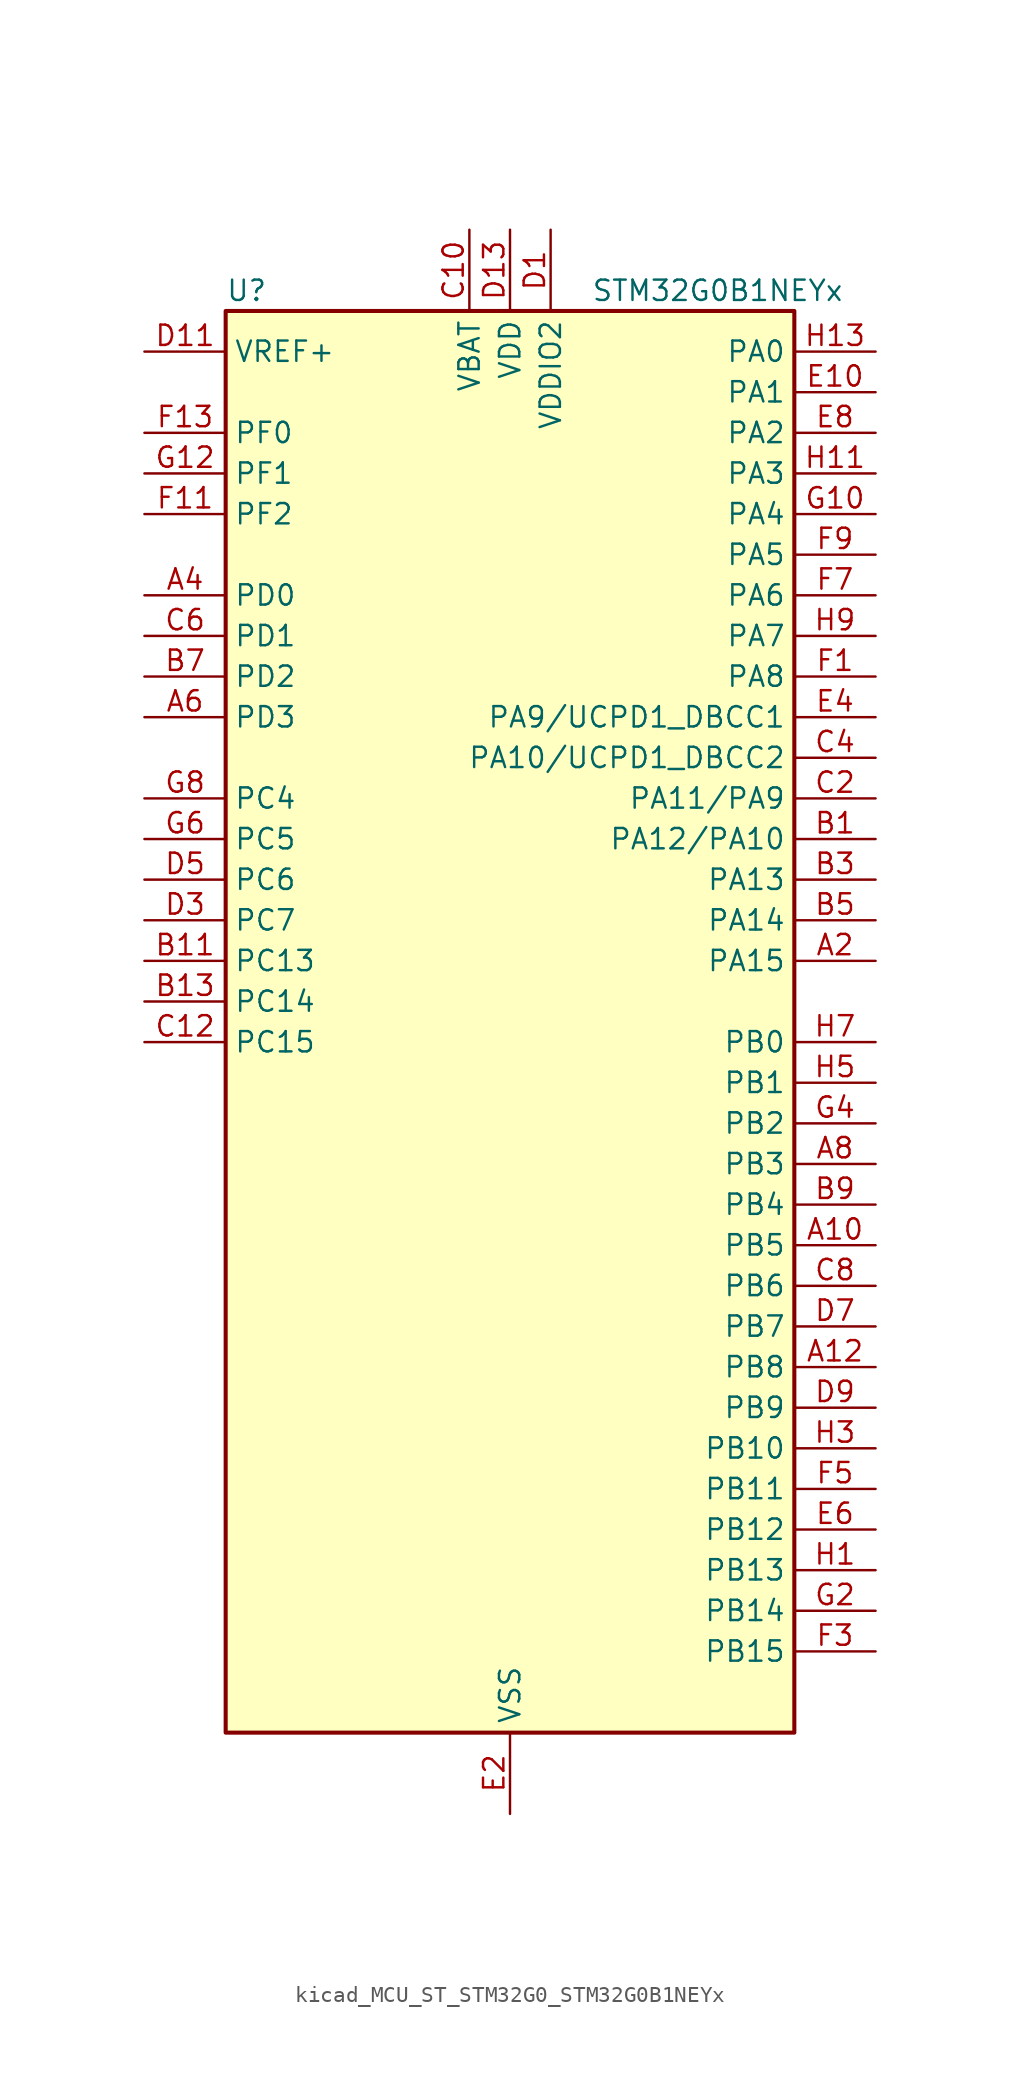
<source format=kicad_sym>
(kicad_symbol_lib
  (version 20220914)
  (generator kicad_symbol_editor)
  (symbol "kicad_MCU_ST_STM32G0_STM32G0B1NEYx"
    (property "Reference" "U"
      (at -17.78 46.99 0)
      (effects (font (size 1.27 1.27)) (justify left)))
    (property "Value" "STM32G0B1NEYx"
      (at 5.08 46.99 0)
      (effects (font (size 1.27 1.27)) (justify left)))
    (property "ki_locked" ""
      (at 0 0 0)
      (effects (font (size 1.27 1.27))))
    (symbol "kicad_MCU_ST_STM32G0_STM32G0B1NEYx_0_1"
      (rectangle (start -17.78 -43.18) (end 17.78 45.72) (stroke (width 0.254) (type default)) (fill (type background))))
    (symbol "kicad_MCU_ST_STM32G0_STM32G0B1NEYx_1_1"
      (pin bidirectional line (at 22.86 -12.7 180) (length 5.08) (name "PB5" (effects (font (size 1.27 1.27)))) (number "A10" (effects (font (size 1.27 1.27)))) (alternate "COMP2_OUT" bidirectional line) (alternate "FDCAN2_RX" bidirectional line) (alternate "I2C1_SMBA" bidirectional line) (alternate "I2S1_SD" bidirectional line) (alternate "LPTIM1_IN1" bidirectional line) (alternate "SPI1_MOSI" bidirectional line) (alternate "SPI3_MOSI" bidirectional line) (alternate "SYS_WKUP6" bidirectional line) (alternate "TIM16_BK" bidirectional line) (alternate "TIM3_CH2" bidirectional line) (alternate "USART5_CK" bidirectional line) (alternate "USART5_DE" bidirectional line) (alternate "USART5_RTS" bidirectional line))
      (pin bidirectional line (at 22.86 -20.32 180) (length 5.08) (name "PB8" (effects (font (size 1.27 1.27)))) (number "A12" (effects (font (size 1.27 1.27)))) (alternate "CEC" bidirectional line) (alternate "FDCAN1_RX" bidirectional line) (alternate "I2C1_SCL" bidirectional line) (alternate "I2S2_CK" bidirectional line) (alternate "SPI2_SCK" bidirectional line) (alternate "TIM15_BK" bidirectional line) (alternate "TIM16_CH1" bidirectional line) (alternate "TIM4_CH3" bidirectional line) (alternate "USART3_TX" bidirectional line) (alternate "USART6_TX" bidirectional line))
      (pin bidirectional line (at 22.86 5.08 180) (length 5.08) (name "PA15" (effects (font (size 1.27 1.27)))) (number "A2" (effects (font (size 1.27 1.27)))) (alternate "I2C2_SMBA" bidirectional line) (alternate "I2S1_WS" bidirectional line) (alternate "RCC_MCO_2" bidirectional line) (alternate "SPI1_NSS" bidirectional line) (alternate "SPI3_NSS" bidirectional line) (alternate "TIM2_CH1" bidirectional line) (alternate "TIM2_ETR" bidirectional line) (alternate "USART2_RX" bidirectional line) (alternate "USART3_CK" bidirectional line) (alternate "USART3_DE" bidirectional line) (alternate "USART3_RTS" bidirectional line) (alternate "USART4_CK" bidirectional line) (alternate "USART4_DE" bidirectional line) (alternate "USART4_RTS" bidirectional line) (alternate "USB_NOE" bidirectional line))
      (pin bidirectional line (at -22.86 27.94 0) (length 5.08) (name "PD0" (effects (font (size 1.27 1.27)))) (number "A4" (effects (font (size 1.27 1.27)))) (alternate "FDCAN1_RX" bidirectional line) (alternate "I2S2_WS" bidirectional line) (alternate "SPI2_NSS" bidirectional line) (alternate "TIM16_CH1" bidirectional line) (alternate "UCPD2_CC1" bidirectional line))
      (pin bidirectional line (at -22.86 20.32 0) (length 5.08) (name "PD3" (effects (font (size 1.27 1.27)))) (number "A6" (effects (font (size 1.27 1.27)))) (alternate "I2S2_MCK" bidirectional line) (alternate "SPI2_MISO" bidirectional line) (alternate "TIM1_CH2N" bidirectional line) (alternate "UCPD2_DBCC2" bidirectional line) (alternate "USART2_CTS" bidirectional line) (alternate "USART2_NSS" bidirectional line) (alternate "USART5_TX" bidirectional line))
      (pin bidirectional line (at 22.86 -7.62 180) (length 5.08) (name "PB3" (effects (font (size 1.27 1.27)))) (number "A8" (effects (font (size 1.27 1.27)))) (alternate "COMP2_INM" bidirectional line) (alternate "I2C2_SCL" bidirectional line) (alternate "I2C3_SCL" bidirectional line) (alternate "I2S1_CK" bidirectional line) (alternate "SPI1_SCK" bidirectional line) (alternate "SPI3_SCK" bidirectional line) (alternate "TIM1_CH2" bidirectional line) (alternate "TIM2_CH2" bidirectional line) (alternate "USART1_CK" bidirectional line) (alternate "USART1_DE" bidirectional line) (alternate "USART1_RTS" bidirectional line) (alternate "USART5_TX" bidirectional line))
      (pin bidirectional line (at 22.86 12.7 180) (length 5.08) (name "PA12/PA10" (effects (font (size 1.27 1.27)))) (number "B1" (effects (font (size 1.27 1.27)))) (alternate "COMP2_OUT" bidirectional line) (alternate "FDCAN1_TX" bidirectional line) (alternate "I2C2_SDA" bidirectional line) (alternate "I2S1_SD" bidirectional line) (alternate "I2S_CKIN" bidirectional line) (alternate "SPI1_MOSI" bidirectional line) (alternate "TIM1_ETR" bidirectional line) (alternate "USART1_CK" bidirectional line) (alternate "USART1_DE" bidirectional line) (alternate "USART1_RTS" bidirectional line) (alternate "USB_DP" bidirectional line))
      (pin bidirectional line (at -22.86 5.08 0) (length 5.08) (name "PC13" (effects (font (size 1.27 1.27)))) (number "B11" (effects (font (size 1.27 1.27)))) (alternate "RTC_OUT1" bidirectional line) (alternate "RTC_TAMP_IN1" bidirectional line) (alternate "RTC_TS" bidirectional line) (alternate "SYS_WKUP2" bidirectional line) (alternate "TIM1_BK" bidirectional line))
      (pin bidirectional line (at -22.86 2.54 0) (length 5.08) (name "PC14" (effects (font (size 1.27 1.27)))) (number "B13" (effects (font (size 1.27 1.27)))) (alternate "RCC_OSC32_IN" bidirectional line) (alternate "TIM1_BK2" bidirectional line))
      (pin bidirectional line (at 22.86 10.16 180) (length 5.08) (name "PA13" (effects (font (size 1.27 1.27)))) (number "B3" (effects (font (size 1.27 1.27)))) (alternate "IR_OUT" bidirectional line) (alternate "LPUART2_RX" bidirectional line) (alternate "SYS_SWDIO" bidirectional line) (alternate "USB_NOE" bidirectional line))
      (pin bidirectional line (at 22.86 7.62 180) (length 5.08) (name "PA14" (effects (font (size 1.27 1.27)))) (number "B5" (effects (font (size 1.27 1.27)))) (alternate "LPUART2_TX" bidirectional line) (alternate "SYS_SWCLK" bidirectional line) (alternate "USART2_TX" bidirectional line))
      (pin bidirectional line (at -22.86 22.86 0) (length 5.08) (name "PD2" (effects (font (size 1.27 1.27)))) (number "B7" (effects (font (size 1.27 1.27)))) (alternate "TIM1_CH1N" bidirectional line) (alternate "TIM3_ETR" bidirectional line) (alternate "UCPD2_CC2" bidirectional line) (alternate "USART3_CK" bidirectional line) (alternate "USART3_DE" bidirectional line) (alternate "USART3_RTS" bidirectional line) (alternate "USART5_RX" bidirectional line))
      (pin bidirectional line (at 22.86 -10.16 180) (length 5.08) (name "PB4" (effects (font (size 1.27 1.27)))) (number "B9" (effects (font (size 1.27 1.27)))) (alternate "COMP2_INP" bidirectional line) (alternate "I2C2_SDA" bidirectional line) (alternate "I2C3_SDA" bidirectional line) (alternate "I2S1_MCK" bidirectional line) (alternate "SPI1_MISO" bidirectional line) (alternate "SPI3_MISO" bidirectional line) (alternate "TIM17_BK" bidirectional line) (alternate "TIM3_CH1" bidirectional line) (alternate "USART1_CTS" bidirectional line) (alternate "USART1_NSS" bidirectional line) (alternate "USART5_RX" bidirectional line))
      (pin power_in line (at -2.54 50.8 270) (length 5.08) (name "VBAT" (effects (font (size 1.27 1.27)))) (number "C10" (effects (font (size 1.27 1.27)))))
      (pin bidirectional line (at -22.86 0 0) (length 5.08) (name "PC15" (effects (font (size 1.27 1.27)))) (number "C12" (effects (font (size 1.27 1.27)))) (alternate "RCC_OSC32_EN" bidirectional line) (alternate "RCC_OSC32_OUT" bidirectional line) (alternate "RCC_OSC_EN" bidirectional line) (alternate "TIM15_BK" bidirectional line))
      (pin bidirectional line (at 22.86 15.24 180) (length 5.08) (name "PA11/PA9" (effects (font (size 1.27 1.27)))) (number "C2" (effects (font (size 1.27 1.27)))) (alternate "ADC1_EXTI11" bidirectional line) (alternate "COMP1_OUT" bidirectional line) (alternate "FDCAN1_RX" bidirectional line) (alternate "I2C2_SCL" bidirectional line) (alternate "I2S1_MCK" bidirectional line) (alternate "SPI1_MISO" bidirectional line) (alternate "TIM1_BK2" bidirectional line) (alternate "TIM1_CH4" bidirectional line) (alternate "USART1_CTS" bidirectional line) (alternate "USART1_NSS" bidirectional line) (alternate "USB_DM" bidirectional line))
      (pin bidirectional line (at 22.86 17.78 180) (length 5.08) (name "PA10/UCPD1_DBCC2" (effects (font (size 1.27 1.27)))) (number "C4" (effects (font (size 1.27 1.27)))) (alternate "I2C1_SDA" bidirectional line) (alternate "I2C2_SDA" bidirectional line) (alternate "I2S2_SD" bidirectional line) (alternate "RCC_MCO_2" bidirectional line) (alternate "SPI2_MOSI" bidirectional line) (alternate "TIM17_BK" bidirectional line) (alternate "TIM1_CH3" bidirectional line) (alternate "UCPD1_DBCC2" bidirectional line) (alternate "USART1_RX" bidirectional line))
      (pin bidirectional line (at -22.86 25.4 0) (length 5.08) (name "PD1" (effects (font (size 1.27 1.27)))) (number "C6" (effects (font (size 1.27 1.27)))) (alternate "FDCAN1_TX" bidirectional line) (alternate "I2S2_CK" bidirectional line) (alternate "SPI2_SCK" bidirectional line) (alternate "TIM17_CH1" bidirectional line) (alternate "UCPD2_DBCC1" bidirectional line))
      (pin bidirectional line (at 22.86 -15.24 180) (length 5.08) (name "PB6" (effects (font (size 1.27 1.27)))) (number "C8" (effects (font (size 1.27 1.27)))) (alternate "COMP2_INP" bidirectional line) (alternate "FDCAN2_TX" bidirectional line) (alternate "I2C1_SCL" bidirectional line) (alternate "I2S2_MCK" bidirectional line) (alternate "LPTIM1_ETR" bidirectional line) (alternate "LPUART2_TX" bidirectional line) (alternate "SPI2_MISO" bidirectional line) (alternate "TIM16_CH1N" bidirectional line) (alternate "TIM1_CH3" bidirectional line) (alternate "TIM4_CH1" bidirectional line) (alternate "USART1_TX" bidirectional line) (alternate "USART5_CTS" bidirectional line) (alternate "USART5_NSS" bidirectional line))
      (pin power_in line (at 2.54 50.8 270) (length 5.08) (name "VDDIO2" (effects (font (size 1.27 1.27)))) (number "D1" (effects (font (size 1.27 1.27)))))
      (pin input line (at -22.86 43.18 0) (length 5.08) (name "VREF+" (effects (font (size 1.27 1.27)))) (number "D11" (effects (font (size 1.27 1.27)))) (alternate "VREFBUF_OUT" bidirectional line))
      (pin power_in line (at 0 50.8 270) (length 5.08) (name "VDD" (effects (font (size 1.27 1.27)))) (number "D13" (effects (font (size 1.27 1.27)))))
      (pin bidirectional line (at -22.86 7.62 0) (length 5.08) (name "PC7" (effects (font (size 1.27 1.27)))) (number "D3" (effects (font (size 1.27 1.27)))) (alternate "LPUART2_RX" bidirectional line) (alternate "TIM2_CH4" bidirectional line) (alternate "TIM3_CH2" bidirectional line) (alternate "UCPD2_FRSTX1" bidirectional line) (alternate "UCPD2_FRSTX2" bidirectional line))
      (pin bidirectional line (at -22.86 10.16 0) (length 5.08) (name "PC6" (effects (font (size 1.27 1.27)))) (number "D5" (effects (font (size 1.27 1.27)))) (alternate "LPUART2_TX" bidirectional line) (alternate "TIM2_CH3" bidirectional line) (alternate "TIM3_CH1" bidirectional line) (alternate "UCPD1_FRSTX1" bidirectional line) (alternate "UCPD1_FRSTX2" bidirectional line))
      (pin bidirectional line (at 22.86 -17.78 180) (length 5.08) (name "PB7" (effects (font (size 1.27 1.27)))) (number "D7" (effects (font (size 1.27 1.27)))) (alternate "COMP2_INM" bidirectional line) (alternate "I2C1_SDA" bidirectional line) (alternate "I2S2_SD" bidirectional line) (alternate "LPTIM1_IN2" bidirectional line) (alternate "LPUART2_RX" bidirectional line) (alternate "SPI2_MOSI" bidirectional line) (alternate "SYS_PVD_IN" bidirectional line) (alternate "TIM17_CH1N" bidirectional line) (alternate "TIM4_CH2" bidirectional line) (alternate "USART1_RX" bidirectional line) (alternate "USART4_CTS" bidirectional line) (alternate "USART4_NSS" bidirectional line))
      (pin bidirectional line (at 22.86 -22.86 180) (length 5.08) (name "PB9" (effects (font (size 1.27 1.27)))) (number "D9" (effects (font (size 1.27 1.27)))) (alternate "DAC1_EXTI9" bidirectional line) (alternate "FDCAN1_TX" bidirectional line) (alternate "I2C1_SDA" bidirectional line) (alternate "I2S2_WS" bidirectional line) (alternate "IR_OUT" bidirectional line) (alternate "SPI2_NSS" bidirectional line) (alternate "TIM17_CH1" bidirectional line) (alternate "TIM4_CH4" bidirectional line) (alternate "UCPD2_FRSTX1" bidirectional line) (alternate "UCPD2_FRSTX2" bidirectional line) (alternate "USART3_RX" bidirectional line) (alternate "USART6_RX" bidirectional line))
      (pin bidirectional line (at 22.86 40.64 180) (length 5.08) (name "PA1" (effects (font (size 1.27 1.27)))) (number "E10" (effects (font (size 1.27 1.27)))) (alternate "ADC1_IN1" bidirectional line) (alternate "COMP1_INP" bidirectional line) (alternate "I2C1_SMBA" bidirectional line) (alternate "I2S1_CK" bidirectional line) (alternate "SPI1_SCK" bidirectional line) (alternate "TIM15_CH1N" bidirectional line) (alternate "TIM2_CH2" bidirectional line) (alternate "USART2_CK" bidirectional line) (alternate "USART2_DE" bidirectional line) (alternate "USART2_RTS" bidirectional line) (alternate "USART4_RX" bidirectional line))
      (pin passive line (at 0 -48.26 90) (length 5.08) hide (name "VSS" (effects (font (size 1.27 1.27)))) (number "E12" (effects (font (size 1.27 1.27)))))
      (pin power_in line (at 0 -48.26 90) (length 5.08) (name "VSS" (effects (font (size 1.27 1.27)))) (number "E2" (effects (font (size 1.27 1.27)))))
      (pin bidirectional line (at 22.86 20.32 180) (length 5.08) (name "PA9/UCPD1_DBCC1" (effects (font (size 1.27 1.27)))) (number "E4" (effects (font (size 1.27 1.27)))) (alternate "DAC1_EXTI9" bidirectional line) (alternate "I2C1_SCL" bidirectional line) (alternate "I2C2_SCL" bidirectional line) (alternate "I2S2_MCK" bidirectional line) (alternate "RCC_MCO" bidirectional line) (alternate "SPI2_MISO" bidirectional line) (alternate "TIM15_BK" bidirectional line) (alternate "TIM1_CH2" bidirectional line) (alternate "UCPD1_DBCC1" bidirectional line) (alternate "USART1_TX" bidirectional line))
      (pin bidirectional line (at 22.86 -30.48 180) (length 5.08) (name "PB12" (effects (font (size 1.27 1.27)))) (number "E6" (effects (font (size 1.27 1.27)))) (alternate "ADC1_IN16" bidirectional line) (alternate "FDCAN2_RX" bidirectional line) (alternate "I2C2_SMBA" bidirectional line) (alternate "I2S2_WS" bidirectional line) (alternate "LPUART1_DE" bidirectional line) (alternate "LPUART1_RTS" bidirectional line) (alternate "SPI2_NSS" bidirectional line) (alternate "TIM15_BK" bidirectional line) (alternate "TIM1_BK" bidirectional line) (alternate "UCPD2_FRSTX1" bidirectional line) (alternate "UCPD2_FRSTX2" bidirectional line))
      (pin bidirectional line (at 22.86 38.1 180) (length 5.08) (name "PA2" (effects (font (size 1.27 1.27)))) (number "E8" (effects (font (size 1.27 1.27)))) (alternate "ADC1_IN2" bidirectional line) (alternate "COMP2_INM" bidirectional line) (alternate "COMP2_OUT" bidirectional line) (alternate "I2S1_SD" bidirectional line) (alternate "LPUART1_TX" bidirectional line) (alternate "RCC_LSCO" bidirectional line) (alternate "SPI1_MOSI" bidirectional line) (alternate "SYS_WKUP4" bidirectional line) (alternate "TIM15_CH1" bidirectional line) (alternate "TIM2_CH3" bidirectional line) (alternate "UCPD1_FRSTX1" bidirectional line) (alternate "UCPD1_FRSTX2" bidirectional line) (alternate "USART2_TX" bidirectional line))
      (pin bidirectional line (at 22.86 22.86 180) (length 5.08) (name "PA8" (effects (font (size 1.27 1.27)))) (number "F1" (effects (font (size 1.27 1.27)))) (alternate "CRS1_SYNC" bidirectional line) (alternate "I2C2_SMBA" bidirectional line) (alternate "I2S2_WS" bidirectional line) (alternate "LPTIM2_OUT" bidirectional line) (alternate "RCC_MCO" bidirectional line) (alternate "SPI2_NSS" bidirectional line) (alternate "TIM1_CH1" bidirectional line) (alternate "UCPD1_CC1" bidirectional line))
      (pin bidirectional line (at -22.86 33.02 0) (length 5.08) (name "PF2" (effects (font (size 1.27 1.27)))) (number "F11" (effects (font (size 1.27 1.27)))) (alternate "LPUART2_DE" bidirectional line) (alternate "LPUART2_RTS" bidirectional line) (alternate "LPUART2_TX" bidirectional line) (alternate "RCC_MCO" bidirectional line))
      (pin bidirectional line (at -22.86 38.1 0) (length 5.08) (name "PF0" (effects (font (size 1.27 1.27)))) (number "F13" (effects (font (size 1.27 1.27)))) (alternate "CRS1_SYNC" bidirectional line) (alternate "RCC_OSC_IN" bidirectional line) (alternate "TIM14_CH1" bidirectional line))
      (pin bidirectional line (at 22.86 -38.1 180) (length 5.08) (name "PB15" (effects (font (size 1.27 1.27)))) (number "F3" (effects (font (size 1.27 1.27)))) (alternate "I2S2_SD" bidirectional line) (alternate "RTC_REFIN" bidirectional line) (alternate "SPI2_MOSI" bidirectional line) (alternate "TIM15_CH1N" bidirectional line) (alternate "TIM15_CH2" bidirectional line) (alternate "TIM1_CH3N" bidirectional line) (alternate "UCPD1_CC2" bidirectional line) (alternate "USART6_CTS" bidirectional line) (alternate "USART6_NSS" bidirectional line))
      (pin bidirectional line (at 22.86 -27.94 180) (length 5.08) (name "PB11" (effects (font (size 1.27 1.27)))) (number "F5" (effects (font (size 1.27 1.27)))) (alternate "ADC1_EXTI11" bidirectional line) (alternate "ADC1_IN15" bidirectional line) (alternate "COMP2_OUT" bidirectional line) (alternate "I2C2_SDA" bidirectional line) (alternate "I2S2_SD" bidirectional line) (alternate "LPUART1_TX" bidirectional line) (alternate "SPI2_MOSI" bidirectional line) (alternate "TIM2_CH4" bidirectional line) (alternate "USART3_RX" bidirectional line))
      (pin bidirectional line (at 22.86 27.94 180) (length 5.08) (name "PA6" (effects (font (size 1.27 1.27)))) (number "F7" (effects (font (size 1.27 1.27)))) (alternate "ADC1_IN6" bidirectional line) (alternate "COMP1_OUT" bidirectional line) (alternate "I2C2_SDA" bidirectional line) (alternate "I2C3_SDA" bidirectional line) (alternate "I2S1_MCK" bidirectional line) (alternate "LPUART1_CTS" bidirectional line) (alternate "SPI1_MISO" bidirectional line) (alternate "TIM16_CH1" bidirectional line) (alternate "TIM1_BK" bidirectional line) (alternate "TIM3_CH1" bidirectional line) (alternate "USART3_CTS" bidirectional line) (alternate "USART3_NSS" bidirectional line) (alternate "USART6_CTS" bidirectional line) (alternate "USART6_NSS" bidirectional line))
      (pin bidirectional line (at 22.86 30.48 180) (length 5.08) (name "PA5" (effects (font (size 1.27 1.27)))) (number "F9" (effects (font (size 1.27 1.27)))) (alternate "ADC1_IN5" bidirectional line) (alternate "CEC" bidirectional line) (alternate "DAC1_OUT2" bidirectional line) (alternate "I2S1_CK" bidirectional line) (alternate "LPTIM2_ETR" bidirectional line) (alternate "SPI1_SCK" bidirectional line) (alternate "TIM2_CH1" bidirectional line) (alternate "TIM2_ETR" bidirectional line) (alternate "UCPD1_FRSTX1" bidirectional line) (alternate "UCPD1_FRSTX2" bidirectional line) (alternate "USART3_TX" bidirectional line) (alternate "USART6_RX" bidirectional line))
      (pin bidirectional line (at 22.86 33.02 180) (length 5.08) (name "PA4" (effects (font (size 1.27 1.27)))) (number "G10" (effects (font (size 1.27 1.27)))) (alternate "ADC1_IN4" bidirectional line) (alternate "DAC1_OUT1" bidirectional line) (alternate "I2S1_WS" bidirectional line) (alternate "I2S2_SD" bidirectional line) (alternate "LPTIM2_OUT" bidirectional line) (alternate "RTC_OUT2" bidirectional line) (alternate "SPI1_NSS" bidirectional line) (alternate "SPI2_MOSI" bidirectional line) (alternate "SPI3_NSS" bidirectional line) (alternate "TIM14_CH1" bidirectional line) (alternate "UCPD2_FRSTX1" bidirectional line) (alternate "UCPD2_FRSTX2" bidirectional line) (alternate "USART6_TX" bidirectional line) (alternate "USB_NOE" bidirectional line))
      (pin bidirectional line (at -22.86 35.56 0) (length 5.08) (name "PF1" (effects (font (size 1.27 1.27)))) (number "G12" (effects (font (size 1.27 1.27)))) (alternate "RCC_OSC_EN" bidirectional line) (alternate "RCC_OSC_OUT" bidirectional line) (alternate "TIM15_CH1N" bidirectional line))
      (pin bidirectional line (at 22.86 -35.56 180) (length 5.08) (name "PB14" (effects (font (size 1.27 1.27)))) (number "G2" (effects (font (size 1.27 1.27)))) (alternate "I2C2_SDA" bidirectional line) (alternate "I2S2_MCK" bidirectional line) (alternate "SPI2_MISO" bidirectional line) (alternate "TIM15_CH1" bidirectional line) (alternate "TIM1_CH2N" bidirectional line) (alternate "UCPD1_FRSTX1" bidirectional line) (alternate "UCPD1_FRSTX2" bidirectional line) (alternate "USART3_CK" bidirectional line) (alternate "USART3_DE" bidirectional line) (alternate "USART3_RTS" bidirectional line) (alternate "USART6_CK" bidirectional line) (alternate "USART6_DE" bidirectional line) (alternate "USART6_RTS" bidirectional line))
      (pin bidirectional line (at 22.86 -5.08 180) (length 5.08) (name "PB2" (effects (font (size 1.27 1.27)))) (number "G4" (effects (font (size 1.27 1.27)))) (alternate "ADC1_IN10" bidirectional line) (alternate "COMP1_INP" bidirectional line) (alternate "COMP3_INM" bidirectional line) (alternate "I2S2_MCK" bidirectional line) (alternate "LPTIM1_OUT" bidirectional line) (alternate "RCC_MCO_2" bidirectional line) (alternate "SPI2_MISO" bidirectional line) (alternate "USART3_TX" bidirectional line))
      (pin bidirectional line (at -22.86 12.7 0) (length 5.08) (name "PC5" (effects (font (size 1.27 1.27)))) (number "G6" (effects (font (size 1.27 1.27)))) (alternate "ADC1_IN18" bidirectional line) (alternate "COMP1_INP" bidirectional line) (alternate "FDCAN1_TX" bidirectional line) (alternate "SYS_WKUP5" bidirectional line) (alternate "TIM2_CH2" bidirectional line) (alternate "USART1_RX" bidirectional line) (alternate "USART3_RX" bidirectional line))
      (pin bidirectional line (at -22.86 15.24 0) (length 5.08) (name "PC4" (effects (font (size 1.27 1.27)))) (number "G8" (effects (font (size 1.27 1.27)))) (alternate "ADC1_IN17" bidirectional line) (alternate "COMP1_INM" bidirectional line) (alternate "FDCAN1_RX" bidirectional line) (alternate "TIM2_CH1" bidirectional line) (alternate "TIM2_ETR" bidirectional line) (alternate "USART1_TX" bidirectional line) (alternate "USART3_TX" bidirectional line))
      (pin bidirectional line (at 22.86 -33.02 180) (length 5.08) (name "PB13" (effects (font (size 1.27 1.27)))) (number "H1" (effects (font (size 1.27 1.27)))) (alternate "FDCAN2_TX" bidirectional line) (alternate "I2C2_SCL" bidirectional line) (alternate "I2S2_CK" bidirectional line) (alternate "LPUART1_CTS" bidirectional line) (alternate "SPI2_SCK" bidirectional line) (alternate "TIM15_CH1N" bidirectional line) (alternate "TIM1_CH1N" bidirectional line) (alternate "USART3_CTS" bidirectional line) (alternate "USART3_NSS" bidirectional line))
      (pin bidirectional line (at 22.86 35.56 180) (length 5.08) (name "PA3" (effects (font (size 1.27 1.27)))) (number "H11" (effects (font (size 1.27 1.27)))) (alternate "ADC1_IN3" bidirectional line) (alternate "COMP2_INP" bidirectional line) (alternate "I2S2_MCK" bidirectional line) (alternate "LPUART1_RX" bidirectional line) (alternate "SPI2_MISO" bidirectional line) (alternate "TIM15_CH2" bidirectional line) (alternate "TIM2_CH4" bidirectional line) (alternate "UCPD2_FRSTX1" bidirectional line) (alternate "UCPD2_FRSTX2" bidirectional line) (alternate "USART2_RX" bidirectional line))
      (pin bidirectional line (at 22.86 43.18 180) (length 5.08) (name "PA0" (effects (font (size 1.27 1.27)))) (number "H13" (effects (font (size 1.27 1.27)))) (alternate "ADC1_IN0" bidirectional line) (alternate "COMP1_INM" bidirectional line) (alternate "COMP1_OUT" bidirectional line) (alternate "I2S2_CK" bidirectional line) (alternate "LPTIM1_OUT" bidirectional line) (alternate "RTC_TAMP_IN2" bidirectional line) (alternate "SPI2_SCK" bidirectional line) (alternate "SYS_WKUP1" bidirectional line) (alternate "TIM2_CH1" bidirectional line) (alternate "TIM2_ETR" bidirectional line) (alternate "UCPD2_FRSTX1" bidirectional line) (alternate "UCPD2_FRSTX2" bidirectional line) (alternate "USART2_CTS" bidirectional line) (alternate "USART2_NSS" bidirectional line) (alternate "USART4_TX" bidirectional line))
      (pin bidirectional line (at 22.86 -25.4 180) (length 5.08) (name "PB10" (effects (font (size 1.27 1.27)))) (number "H3" (effects (font (size 1.27 1.27)))) (alternate "ADC1_IN11" bidirectional line) (alternate "CEC" bidirectional line) (alternate "COMP1_OUT" bidirectional line) (alternate "I2C2_SCL" bidirectional line) (alternate "I2S2_CK" bidirectional line) (alternate "LPUART1_RX" bidirectional line) (alternate "SPI2_SCK" bidirectional line) (alternate "TIM2_CH3" bidirectional line) (alternate "USART3_TX" bidirectional line))
      (pin bidirectional line (at 22.86 -2.54 180) (length 5.08) (name "PB1" (effects (font (size 1.27 1.27)))) (number "H5" (effects (font (size 1.27 1.27)))) (alternate "ADC1_IN9" bidirectional line) (alternate "COMP1_INM" bidirectional line) (alternate "COMP3_OUT" bidirectional line) (alternate "FDCAN2_TX" bidirectional line) (alternate "LPTIM2_IN1" bidirectional line) (alternate "LPUART1_DE" bidirectional line) (alternate "LPUART1_RTS" bidirectional line) (alternate "LPUART2_DE" bidirectional line) (alternate "LPUART2_RTS" bidirectional line) (alternate "TIM14_CH1" bidirectional line) (alternate "TIM1_CH3N" bidirectional line) (alternate "TIM3_CH4" bidirectional line) (alternate "USART3_CK" bidirectional line) (alternate "USART3_DE" bidirectional line) (alternate "USART3_RTS" bidirectional line) (alternate "USART5_RX" bidirectional line))
      (pin bidirectional line (at 22.86 0 180) (length 5.08) (name "PB0" (effects (font (size 1.27 1.27)))) (number "H7" (effects (font (size 1.27 1.27)))) (alternate "ADC1_IN8" bidirectional line) (alternate "COMP1_OUT" bidirectional line) (alternate "COMP3_INP" bidirectional line) (alternate "FDCAN2_RX" bidirectional line) (alternate "I2S1_WS" bidirectional line) (alternate "LPTIM1_OUT" bidirectional line) (alternate "LPUART2_CTS" bidirectional line) (alternate "SPI1_NSS" bidirectional line) (alternate "TIM1_CH2N" bidirectional line) (alternate "TIM3_CH3" bidirectional line) (alternate "UCPD1_FRSTX1" bidirectional line) (alternate "UCPD1_FRSTX2" bidirectional line) (alternate "USART3_RX" bidirectional line) (alternate "USART5_TX" bidirectional line))
      (pin bidirectional line (at 22.86 25.4 180) (length 5.08) (name "PA7" (effects (font (size 1.27 1.27)))) (number "H9" (effects (font (size 1.27 1.27)))) (alternate "ADC1_IN7" bidirectional line) (alternate "COMP2_OUT" bidirectional line) (alternate "I2C2_SCL" bidirectional line) (alternate "I2C3_SCL" bidirectional line) (alternate "I2S1_SD" bidirectional line) (alternate "SPI1_MOSI" bidirectional line) (alternate "TIM14_CH1" bidirectional line) (alternate "TIM17_CH1" bidirectional line) (alternate "TIM1_CH1N" bidirectional line) (alternate "TIM3_CH2" bidirectional line) (alternate "UCPD1_FRSTX1" bidirectional line) (alternate "UCPD1_FRSTX2" bidirectional line) (alternate "USART6_CK" bidirectional line) (alternate "USART6_DE" bidirectional line) (alternate "USART6_RTS" bidirectional line)))))
</source>
